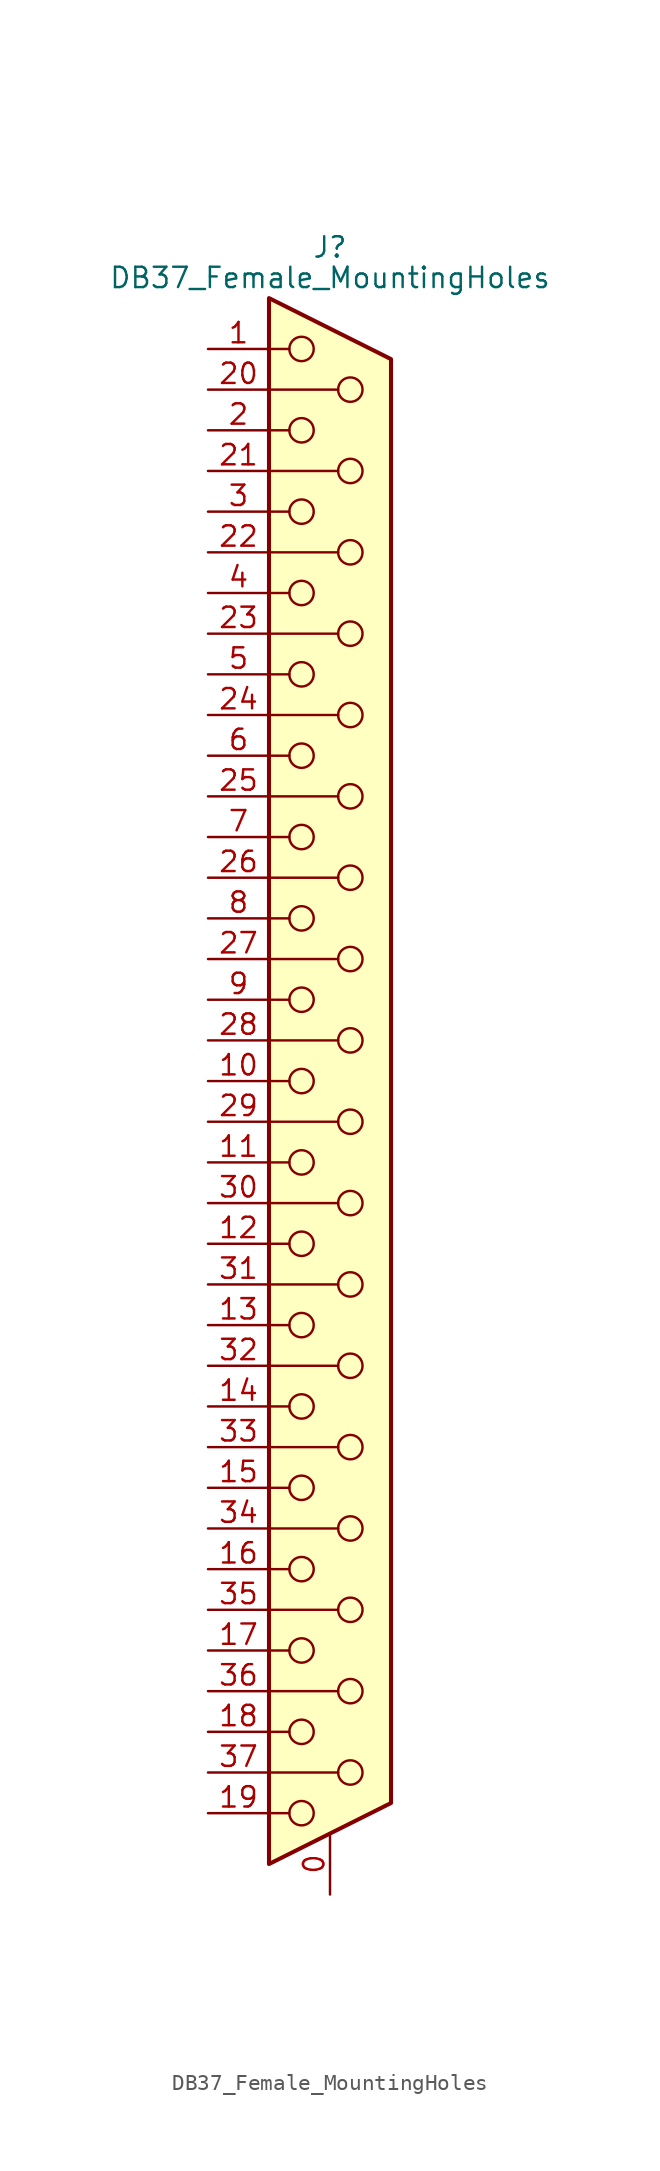
<source format=kicad_sym>
(kicad_symbol_lib
  (version 20220914)
  (generator kicad_symbol_editor)
  (symbol "DB37_Female_MountingHoles"
    (pin_names
      (offset 1.016) hide)
    (property "Reference" "J"
      (at 0 52.07 0)
      (effects (font (size 1.27 1.27))))
    (property "Value" "DB37_Female_MountingHoles"
      (at 0 50.165 0)
      (effects (font (size 1.27 1.27))))
    (symbol "DB37_Female_MountingHoles_0_1"
      (circle (center -1.778 -45.72) (radius 0.762) (stroke (width 0) (type solid)) (fill (type none)))
      (circle (center -1.778 -40.64) (radius 0.762) (stroke (width 0) (type solid)) (fill (type none)))
      (circle (center -1.778 -35.56) (radius 0.762) (stroke (width 0) (type solid)) (fill (type none)))
      (circle (center -1.778 -30.48) (radius 0.762) (stroke (width 0) (type solid)) (fill (type none)))
      (circle (center -1.778 -25.4) (radius 0.762) (stroke (width 0) (type solid)) (fill (type none)))
      (circle (center -1.778 -20.32) (radius 0.762) (stroke (width 0) (type solid)) (fill (type none)))
      (circle (center -1.778 -15.24) (radius 0.762) (stroke (width 0) (type solid)) (fill (type none)))
      (circle (center -1.778 -10.16) (radius 0.762) (stroke (width 0) (type solid)) (fill (type none)))
      (circle (center -1.778 -5.08) (radius 0.762) (stroke (width 0) (type solid)) (fill (type none)))
      (circle (center -1.778 0) (radius 0.762) (stroke (width 0) (type solid)) (fill (type none)))
      (circle (center -1.778 5.08) (radius 0.762) (stroke (width 0) (type solid)) (fill (type none)))
      (circle (center -1.778 10.16) (radius 0.762) (stroke (width 0) (type solid)) (fill (type none)))
      (circle (center -1.778 15.24) (radius 0.762) (stroke (width 0) (type solid)) (fill (type none)))
      (circle (center -1.778 20.32) (radius 0.762) (stroke (width 0) (type solid)) (fill (type none)))
      (circle (center -1.778 25.4) (radius 0.762) (stroke (width 0) (type solid)) (fill (type none)))
      (circle (center -1.778 30.48) (radius 0.762) (stroke (width 0) (type solid)) (fill (type none)))
      (circle (center -1.778 35.56) (radius 0.762) (stroke (width 0) (type solid)) (fill (type none)))
      (circle (center -1.778 40.64) (radius 0.762) (stroke (width 0) (type solid)) (fill (type none)))
      (circle (center -1.778 45.72) (radius 0.762) (stroke (width 0) (type solid)) (fill (type none)))
      (polyline (pts (xy -3.81 -45.72) (xy -2.54 -45.72)) (stroke (width 0) (type solid)) (fill (type none)))
      (polyline (pts (xy -3.81 -43.18) (xy 0.508 -43.18)) (stroke (width 0) (type solid)) (fill (type none)))
      (polyline (pts (xy -3.81 -40.64) (xy -2.54 -40.64)) (stroke (width 0) (type solid)) (fill (type none)))
      (polyline (pts (xy -3.81 -38.1) (xy 0.508 -38.1)) (stroke (width 0) (type solid)) (fill (type none)))
      (polyline (pts (xy -3.81 -35.56) (xy -2.54 -35.56)) (stroke (width 0) (type solid)) (fill (type none)))
      (polyline (pts (xy -3.81 -33.02) (xy 0.508 -33.02)) (stroke (width 0) (type solid)) (fill (type none)))
      (polyline (pts (xy -3.81 -30.48) (xy -2.54 -30.48)) (stroke (width 0) (type solid)) (fill (type none)))
      (polyline (pts (xy -3.81 -27.94) (xy 0.508 -27.94)) (stroke (width 0) (type solid)) (fill (type none)))
      (polyline (pts (xy -3.81 -25.4) (xy -2.54 -25.4)) (stroke (width 0) (type solid)) (fill (type none)))
      (polyline (pts (xy -3.81 -22.86) (xy 0.508 -22.86)) (stroke (width 0) (type solid)) (fill (type none)))
      (polyline (pts (xy -3.81 -20.32) (xy -2.54 -20.32)) (stroke (width 0) (type solid)) (fill (type none)))
      (polyline (pts (xy -3.81 -17.78) (xy 0.508 -17.78)) (stroke (width 0) (type solid)) (fill (type none)))
      (polyline (pts (xy -3.81 -15.24) (xy -2.54 -15.24)) (stroke (width 0) (type solid)) (fill (type none)))
      (polyline (pts (xy -3.81 -12.7) (xy 0.508 -12.7)) (stroke (width 0) (type solid)) (fill (type none)))
      (polyline (pts (xy -3.81 -10.16) (xy -2.54 -10.16)) (stroke (width 0) (type solid)) (fill (type none)))
      (polyline (pts (xy -3.81 -7.62) (xy 0.508 -7.62)) (stroke (width 0) (type solid)) (fill (type none)))
      (polyline (pts (xy -3.81 -5.08) (xy -2.54 -5.08)) (stroke (width 0) (type solid)) (fill (type none)))
      (polyline (pts (xy -3.81 -2.54) (xy 0.508 -2.54)) (stroke (width 0) (type solid)) (fill (type none)))
      (polyline (pts (xy -3.81 0) (xy -2.54 0)) (stroke (width 0) (type solid)) (fill (type none)))
      (polyline (pts (xy -3.81 2.54) (xy 0.508 2.54)) (stroke (width 0) (type solid)) (fill (type none)))
      (polyline (pts (xy -3.81 5.08) (xy -2.54 5.08)) (stroke (width 0) (type solid)) (fill (type none)))
      (polyline (pts (xy -3.81 7.62) (xy 0.508 7.62)) (stroke (width 0) (type solid)) (fill (type none)))
      (polyline (pts (xy -3.81 10.16) (xy -2.54 10.16)) (stroke (width 0) (type solid)) (fill (type none)))
      (polyline (pts (xy -3.81 12.7) (xy 0.508 12.7)) (stroke (width 0) (type solid)) (fill (type none)))
      (polyline (pts (xy -3.81 15.24) (xy -2.54 15.24)) (stroke (width 0) (type solid)) (fill (type none)))
      (polyline (pts (xy -3.81 17.78) (xy 0.508 17.78)) (stroke (width 0) (type solid)) (fill (type none)))
      (polyline (pts (xy -3.81 20.32) (xy -2.54 20.32)) (stroke (width 0) (type solid)) (fill (type none)))
      (polyline (pts (xy -3.81 22.86) (xy 0.508 22.86)) (stroke (width 0) (type solid)) (fill (type none)))
      (polyline (pts (xy -3.81 25.4) (xy -2.54 25.4)) (stroke (width 0) (type solid)) (fill (type none)))
      (polyline (pts (xy -3.81 27.94) (xy 0.508 27.94)) (stroke (width 0) (type solid)) (fill (type none)))
      (polyline (pts (xy -3.81 30.48) (xy -2.54 30.48)) (stroke (width 0) (type solid)) (fill (type none)))
      (polyline (pts (xy -3.81 33.02) (xy 0.508 33.02)) (stroke (width 0) (type solid)) (fill (type none)))
      (polyline (pts (xy -3.81 35.56) (xy -2.54 35.56)) (stroke (width 0) (type solid)) (fill (type none)))
      (polyline (pts (xy -3.81 38.1) (xy 0.508 38.1)) (stroke (width 0) (type solid)) (fill (type none)))
      (polyline (pts (xy -3.81 40.64) (xy -2.54 40.64)) (stroke (width 0) (type solid)) (fill (type none)))
      (polyline (pts (xy -3.81 43.18) (xy 0.508 43.18)) (stroke (width 0) (type solid)) (fill (type none)))
      (polyline (pts (xy -3.81 45.72) (xy -2.54 45.72)) (stroke (width 0) (type solid)) (fill (type none)))
      (polyline (pts (xy -3.81 -48.895) (xy 3.81 -45.085) (xy 3.81 45.085) (xy -3.81 48.895) (xy -3.81 -48.895)) (stroke (width 0.254) (type solid)) (fill (type background)))
      (circle (center 1.27 -43.18) (radius 0.762) (stroke (width 0) (type solid)) (fill (type none)))
      (circle (center 1.27 -38.1) (radius 0.762) (stroke (width 0) (type solid)) (fill (type none)))
      (circle (center 1.27 -33.02) (radius 0.762) (stroke (width 0) (type solid)) (fill (type none)))
      (circle (center 1.27 -27.94) (radius 0.762) (stroke (width 0) (type solid)) (fill (type none)))
      (circle (center 1.27 -22.86) (radius 0.762) (stroke (width 0) (type solid)) (fill (type none)))
      (circle (center 1.27 -17.78) (radius 0.762) (stroke (width 0) (type solid)) (fill (type none)))
      (circle (center 1.27 -12.7) (radius 0.762) (stroke (width 0) (type solid)) (fill (type none)))
      (circle (center 1.27 -7.62) (radius 0.762) (stroke (width 0) (type solid)) (fill (type none)))
      (circle (center 1.27 -2.54) (radius 0.762) (stroke (width 0) (type solid)) (fill (type none)))
      (circle (center 1.27 2.54) (radius 0.762) (stroke (width 0) (type solid)) (fill (type none)))
      (circle (center 1.27 7.62) (radius 0.762) (stroke (width 0) (type solid)) (fill (type none)))
      (circle (center 1.27 12.7) (radius 0.762) (stroke (width 0) (type solid)) (fill (type none)))
      (circle (center 1.27 17.78) (radius 0.762) (stroke (width 0) (type solid)) (fill (type none)))
      (circle (center 1.27 22.86) (radius 0.762) (stroke (width 0) (type solid)) (fill (type none)))
      (circle (center 1.27 27.94) (radius 0.762) (stroke (width 0) (type solid)) (fill (type none)))
      (circle (center 1.27 33.02) (radius 0.762) (stroke (width 0) (type solid)) (fill (type none)))
      (circle (center 1.27 38.1) (radius 0.762) (stroke (width 0) (type solid)) (fill (type none)))
      (circle (center 1.27 43.18) (radius 0.762) (stroke (width 0) (type solid)) (fill (type none))))
    (symbol "DB37_Female_MountingHoles_1_1"
      (pin passive line (at 0 -50.8 90) (length 3.81) (name "PAD" (effects (font (size 1.27 1.27)))) (number "0" (effects (font (size 1.27 1.27)))))
      (pin passive line (at -7.62 45.72 0) (length 3.81) (name "1" (effects (font (size 1.27 1.27)))) (number "1" (effects (font (size 1.27 1.27)))))
      (pin passive line (at -7.62 0 0) (length 3.81) (name "10" (effects (font (size 1.27 1.27)))) (number "10" (effects (font (size 1.27 1.27)))))
      (pin passive line (at -7.62 -5.08 0) (length 3.81) (name "11" (effects (font (size 1.27 1.27)))) (number "11" (effects (font (size 1.27 1.27)))))
      (pin passive line (at -7.62 -10.16 0) (length 3.81) (name "12" (effects (font (size 1.27 1.27)))) (number "12" (effects (font (size 1.27 1.27)))))
      (pin passive line (at -7.62 -15.24 0) (length 3.81) (name "13" (effects (font (size 1.27 1.27)))) (number "13" (effects (font (size 1.27 1.27)))))
      (pin passive line (at -7.62 -20.32 0) (length 3.81) (name "14" (effects (font (size 1.27 1.27)))) (number "14" (effects (font (size 1.27 1.27)))))
      (pin passive line (at -7.62 -25.4 0) (length 3.81) (name "15" (effects (font (size 1.27 1.27)))) (number "15" (effects (font (size 1.27 1.27)))))
      (pin passive line (at -7.62 -30.48 0) (length 3.81) (name "16" (effects (font (size 1.27 1.27)))) (number "16" (effects (font (size 1.27 1.27)))))
      (pin passive line (at -7.62 -35.56 0) (length 3.81) (name "17" (effects (font (size 1.27 1.27)))) (number "17" (effects (font (size 1.27 1.27)))))
      (pin passive line (at -7.62 -40.64 0) (length 3.81) (name "18" (effects (font (size 1.27 1.27)))) (number "18" (effects (font (size 1.27 1.27)))))
      (pin passive line (at -7.62 -45.72 0) (length 3.81) (name "19" (effects (font (size 1.27 1.27)))) (number "19" (effects (font (size 1.27 1.27)))))
      (pin passive line (at -7.62 40.64 0) (length 3.81) (name "2" (effects (font (size 1.27 1.27)))) (number "2" (effects (font (size 1.27 1.27)))))
      (pin passive line (at -7.62 43.18 0) (length 3.81) (name "20" (effects (font (size 1.27 1.27)))) (number "20" (effects (font (size 1.27 1.27)))))
      (pin passive line (at -7.62 38.1 0) (length 3.81) (name "21" (effects (font (size 1.27 1.27)))) (number "21" (effects (font (size 1.27 1.27)))))
      (pin passive line (at -7.62 33.02 0) (length 3.81) (name "22" (effects (font (size 1.27 1.27)))) (number "22" (effects (font (size 1.27 1.27)))))
      (pin passive line (at -7.62 27.94 0) (length 3.81) (name "23" (effects (font (size 1.27 1.27)))) (number "23" (effects (font (size 1.27 1.27)))))
      (pin passive line (at -7.62 22.86 0) (length 3.81) (name "24" (effects (font (size 1.27 1.27)))) (number "24" (effects (font (size 1.27 1.27)))))
      (pin passive line (at -7.62 17.78 0) (length 3.81) (name "25" (effects (font (size 1.27 1.27)))) (number "25" (effects (font (size 1.27 1.27)))))
      (pin passive line (at -7.62 12.7 0) (length 3.81) (name "26" (effects (font (size 1.27 1.27)))) (number "26" (effects (font (size 1.27 1.27)))))
      (pin passive line (at -7.62 7.62 0) (length 3.81) (name "27" (effects (font (size 1.27 1.27)))) (number "27" (effects (font (size 1.27 1.27)))))
      (pin passive line (at -7.62 2.54 0) (length 3.81) (name "28" (effects (font (size 1.27 1.27)))) (number "28" (effects (font (size 1.27 1.27)))))
      (pin passive line (at -7.62 -2.54 0) (length 3.81) (name "29" (effects (font (size 1.27 1.27)))) (number "29" (effects (font (size 1.27 1.27)))))
      (pin passive line (at -7.62 35.56 0) (length 3.81) (name "3" (effects (font (size 1.27 1.27)))) (number "3" (effects (font (size 1.27 1.27)))))
      (pin passive line (at -7.62 -7.62 0) (length 3.81) (name "30" (effects (font (size 1.27 1.27)))) (number "30" (effects (font (size 1.27 1.27)))))
      (pin passive line (at -7.62 -12.7 0) (length 3.81) (name "31" (effects (font (size 1.27 1.27)))) (number "31" (effects (font (size 1.27 1.27)))))
      (pin passive line (at -7.62 -17.78 0) (length 3.81) (name "32" (effects (font (size 1.27 1.27)))) (number "32" (effects (font (size 1.27 1.27)))))
      (pin passive line (at -7.62 -22.86 0) (length 3.81) (name "33" (effects (font (size 1.27 1.27)))) (number "33" (effects (font (size 1.27 1.27)))))
      (pin passive line (at -7.62 -27.94 0) (length 3.81) (name "34" (effects (font (size 1.27 1.27)))) (number "34" (effects (font (size 1.27 1.27)))))
      (pin passive line (at -7.62 -33.02 0) (length 3.81) (name "35" (effects (font (size 1.27 1.27)))) (number "35" (effects (font (size 1.27 1.27)))))
      (pin passive line (at -7.62 -38.1 0) (length 3.81) (name "36" (effects (font (size 1.27 1.27)))) (number "36" (effects (font (size 1.27 1.27)))))
      (pin passive line (at -7.62 -43.18 0) (length 3.81) (name "37" (effects (font (size 1.27 1.27)))) (number "37" (effects (font (size 1.27 1.27)))))
      (pin passive line (at -7.62 30.48 0) (length 3.81) (name "4" (effects (font (size 1.27 1.27)))) (number "4" (effects (font (size 1.27 1.27)))))
      (pin passive line (at -7.62 25.4 0) (length 3.81) (name "5" (effects (font (size 1.27 1.27)))) (number "5" (effects (font (size 1.27 1.27)))))
      (pin passive line (at -7.62 20.32 0) (length 3.81) (name "6" (effects (font (size 1.27 1.27)))) (number "6" (effects (font (size 1.27 1.27)))))
      (pin passive line (at -7.62 15.24 0) (length 3.81) (name "7" (effects (font (size 1.27 1.27)))) (number "7" (effects (font (size 1.27 1.27)))))
      (pin passive line (at -7.62 10.16 0) (length 3.81) (name "8" (effects (font (size 1.27 1.27)))) (number "8" (effects (font (size 1.27 1.27)))))
      (pin passive line (at -7.62 5.08 0) (length 3.81) (name "9" (effects (font (size 1.27 1.27)))) (number "9" (effects (font (size 1.27 1.27))))))))
</source>
